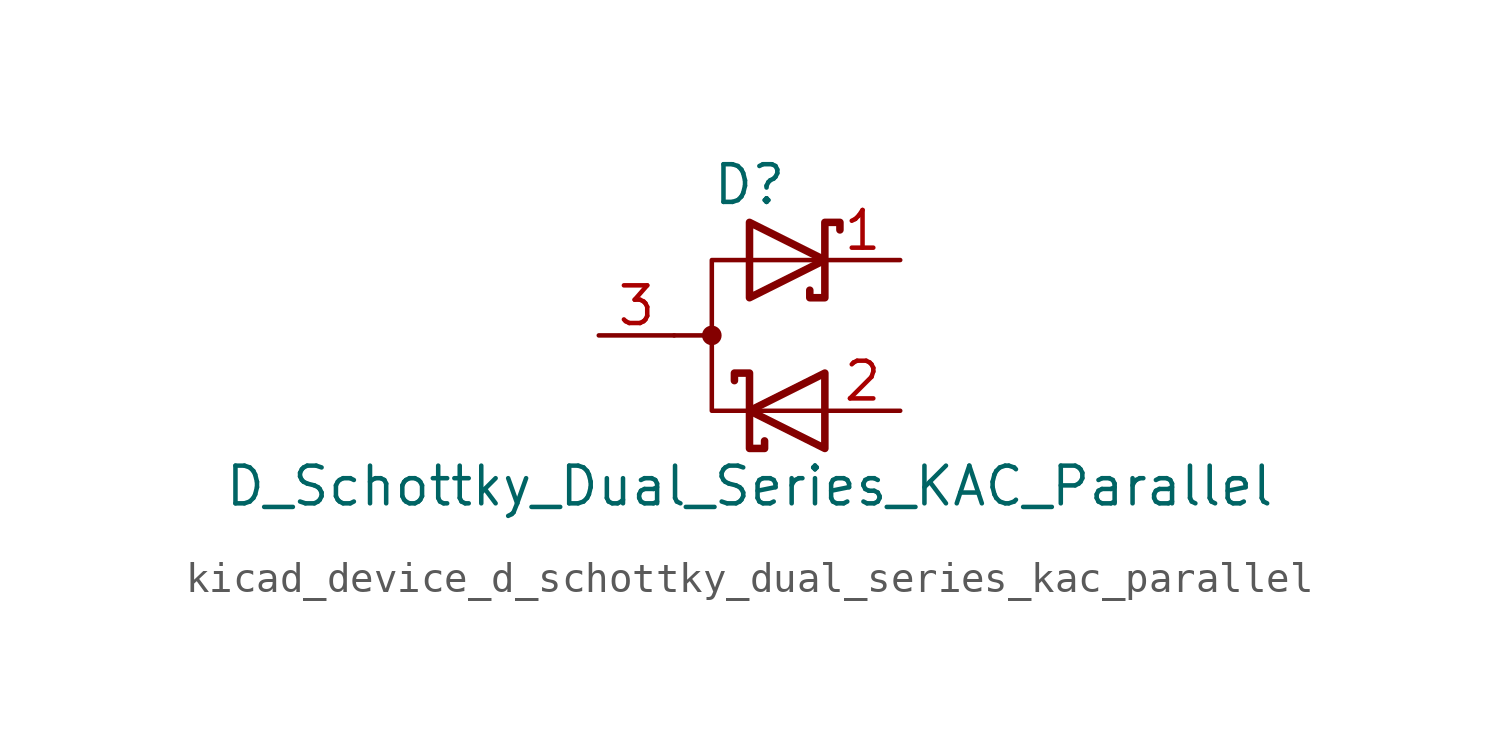
<source format=kicad_sym>
(kicad_symbol_lib
  (version 20220914)
  (generator kicad_symbol_editor)
  (symbol "kicad_device_d_schottky_dual_series_kac_parallel"
    (pin_names
      (offset 0.762) hide)
    (property "Reference" "D"
      (at 0 5.08 0)
      (effects (font (size 1.27 1.27))))
    (property "Value" "D_Schottky_Dual_Series_KAC_Parallel"
      (at 0 -5.08 0)
      (effects (font (size 1.27 1.27))))
    (symbol "kicad_device_d_schottky_dual_series_kac_parallel_0_1"
      (circle (center -1.27 0) (radius 0.254) (stroke (width 0) (type default)) (fill (type outline)))
      (polyline (pts (xy -1.27 0) (xy -2.54 0)) (stroke (width 0) (type default)) (fill (type none)))
      (polyline (pts (xy 2.54 2.54) (xy -1.27 2.54) (xy -1.27 -2.54) (xy 2.54 -2.54)) (stroke (width 0) (type default)) (fill (type none)))
      (polyline (pts (xy -0.508 -1.524) (xy -0.508 -1.27) (xy 0 -1.27) (xy 0 -3.81) (xy 0.508 -3.81) (xy 0.508 -3.556)) (stroke (width 0.254) (type default)) (fill (type none)))
      (polyline (pts (xy 0 3.81) (xy 2.54 2.54) (xy 0 1.27) (xy 0 3.81) (xy 0 3.81) (xy 0 3.81)) (stroke (width 0.254) (type default)) (fill (type none)))
      (polyline (pts (xy 2.54 -1.27) (xy 0 -2.54) (xy 2.54 -3.81) (xy 2.54 -1.27) (xy 2.54 -1.27) (xy 2.54 -1.27)) (stroke (width 0.254) (type default)) (fill (type none)))
      (polyline (pts (xy 3.048 3.556) (xy 3.048 3.81) (xy 2.54 3.81) (xy 2.54 1.27) (xy 2.032 1.27) (xy 2.032 1.524)) (stroke (width 0.254) (type default)) (fill (type none)))
      (pin passive line (at 5.08 2.54 180) (length 2.54) (name "K" (effects (font (size 1.27 1.27)))) (number "1" (effects (font (size 1.27 1.27)))))
      (pin passive line (at 5.08 -2.54 180) (length 2.54) (name "K" (effects (font (size 1.27 1.27)))) (number "2" (effects (font (size 1.27 1.27)))))
      (pin passive line (at -5.08 0 0) (length 2.54) (name "A" (effects (font (size 1.27 1.27)))) (number "3" (effects (font (size 1.27 1.27))))))))
</source>
